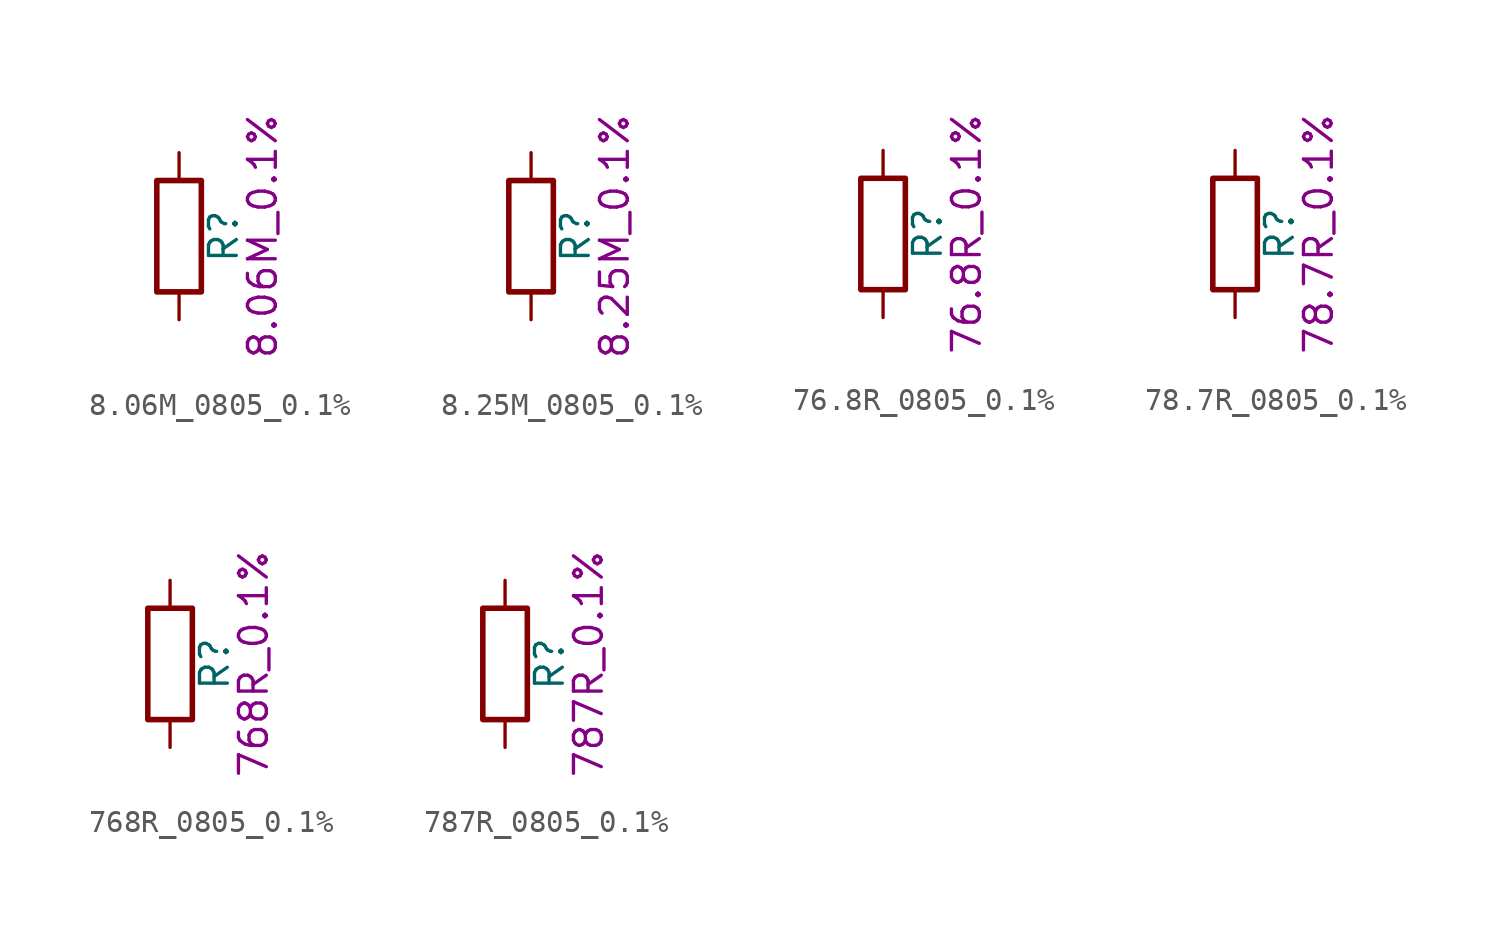
<source format=kicad_sym>
(kicad_symbol_lib
  (version 20211014)
  (generator kicad_symbol_editor)
  (symbol "8.06M_0805_0.1%"
    (pin_numbers hide)
    (pin_names
      (offset 0))
    (property "Reference" "R"
      (at 2.032 0 90)
      (effects (font (size 1.27 1.27))))
    (property "Display" "8.06M_0.1%"
      (at 3.81 0 90)
      (effects (font (size 1.27 1.27))))
    (symbol "8.06M_0805_0.1%_0_1"
      (rectangle (start -1.016 -2.54) (end 1.016 2.54) (stroke (width 0.254) (type default) (color 0 0 0 0)) (fill (type none))))
    (symbol "8.06M_0805_0.1%_1_1"
      (pin passive line (at 0 3.81 270) (length 1.27) (name "~" (effects (font (size 1.27 1.27)))) (number "1" (effects (font (size 1.27 1.27)))))
      (pin passive line (at 0 -3.81 90) (length 1.27) (name "~" (effects (font (size 1.27 1.27)))) (number "2" (effects (font (size 1.27 1.27)))))))
  (symbol "8.25M_0805_0.1%"
    (pin_numbers hide)
    (pin_names
      (offset 0))
    (property "Reference" "R"
      (at 2.032 0 90)
      (effects (font (size 1.27 1.27))))
    (property "Display" "8.25M_0.1%"
      (at 3.81 0 90)
      (effects (font (size 1.27 1.27))))
    (symbol "8.25M_0805_0.1%_0_1"
      (rectangle (start -1.016 -2.54) (end 1.016 2.54) (stroke (width 0.254) (type default) (color 0 0 0 0)) (fill (type none))))
    (symbol "8.25M_0805_0.1%_1_1"
      (pin passive line (at 0 3.81 270) (length 1.27) (name "~" (effects (font (size 1.27 1.27)))) (number "1" (effects (font (size 1.27 1.27)))))
      (pin passive line (at 0 -3.81 90) (length 1.27) (name "~" (effects (font (size 1.27 1.27)))) (number "2" (effects (font (size 1.27 1.27)))))))
  (symbol "76.8R_0805_0.1%"
    (pin_numbers hide)
    (pin_names
      (offset 0))
    (property "Reference" "R"
      (at 2.032 0 90)
      (effects (font (size 1.27 1.27))))
    (property "Display" "76.8R_0.1%"
      (at 3.81 0 90)
      (effects (font (size 1.27 1.27))))
    (symbol "76.8R_0805_0.1%_0_1"
      (rectangle (start -1.016 -2.54) (end 1.016 2.54) (stroke (width 0.254) (type default) (color 0 0 0 0)) (fill (type none))))
    (symbol "76.8R_0805_0.1%_1_1"
      (pin passive line (at 0 3.81 270) (length 1.27) (name "~" (effects (font (size 1.27 1.27)))) (number "1" (effects (font (size 1.27 1.27)))))
      (pin passive line (at 0 -3.81 90) (length 1.27) (name "~" (effects (font (size 1.27 1.27)))) (number "2" (effects (font (size 1.27 1.27)))))))
  (symbol "78.7R_0805_0.1%"
    (pin_numbers hide)
    (pin_names
      (offset 0))
    (property "Reference" "R"
      (at 2.032 0 90)
      (effects (font (size 1.27 1.27))))
    (property "Display" "78.7R_0.1%"
      (at 3.81 0 90)
      (effects (font (size 1.27 1.27))))
    (symbol "78.7R_0805_0.1%_0_1"
      (rectangle (start -1.016 -2.54) (end 1.016 2.54) (stroke (width 0.254) (type default) (color 0 0 0 0)) (fill (type none))))
    (symbol "78.7R_0805_0.1%_1_1"
      (pin passive line (at 0 3.81 270) (length 1.27) (name "~" (effects (font (size 1.27 1.27)))) (number "1" (effects (font (size 1.27 1.27)))))
      (pin passive line (at 0 -3.81 90) (length 1.27) (name "~" (effects (font (size 1.27 1.27)))) (number "2" (effects (font (size 1.27 1.27)))))))
  (symbol "768R_0805_0.1%"
    (pin_numbers hide)
    (pin_names
      (offset 0))
    (property "Reference" "R"
      (at 2.032 0 90)
      (effects (font (size 1.27 1.27))))
    (property "Display" "768R_0.1%"
      (at 3.81 0 90)
      (effects (font (size 1.27 1.27))))
    (symbol "768R_0805_0.1%_0_1"
      (rectangle (start -1.016 -2.54) (end 1.016 2.54) (stroke (width 0.254) (type default) (color 0 0 0 0)) (fill (type none))))
    (symbol "768R_0805_0.1%_1_1"
      (pin passive line (at 0 3.81 270) (length 1.27) (name "~" (effects (font (size 1.27 1.27)))) (number "1" (effects (font (size 1.27 1.27)))))
      (pin passive line (at 0 -3.81 90) (length 1.27) (name "~" (effects (font (size 1.27 1.27)))) (number "2" (effects (font (size 1.27 1.27)))))))
  (symbol "787R_0805_0.1%"
    (pin_numbers hide)
    (pin_names
      (offset 0))
    (property "Reference" "R"
      (at 2.032 0 90)
      (effects (font (size 1.27 1.27))))
    (property "Display" "787R_0.1%"
      (at 3.81 0 90)
      (effects (font (size 1.27 1.27))))
    (symbol "787R_0805_0.1%_0_1"
      (rectangle (start -1.016 -2.54) (end 1.016 2.54) (stroke (width 0.254) (type default) (color 0 0 0 0)) (fill (type none))))
    (symbol "787R_0805_0.1%_1_1"
      (pin passive line (at 0 3.81 270) (length 1.27) (name "~" (effects (font (size 1.27 1.27)))) (number "1" (effects (font (size 1.27 1.27)))))
      (pin passive line (at 0 -3.81 90) (length 1.27) (name "~" (effects (font (size 1.27 1.27)))) (number "2" (effects (font (size 1.27 1.27))))))))
</source>
